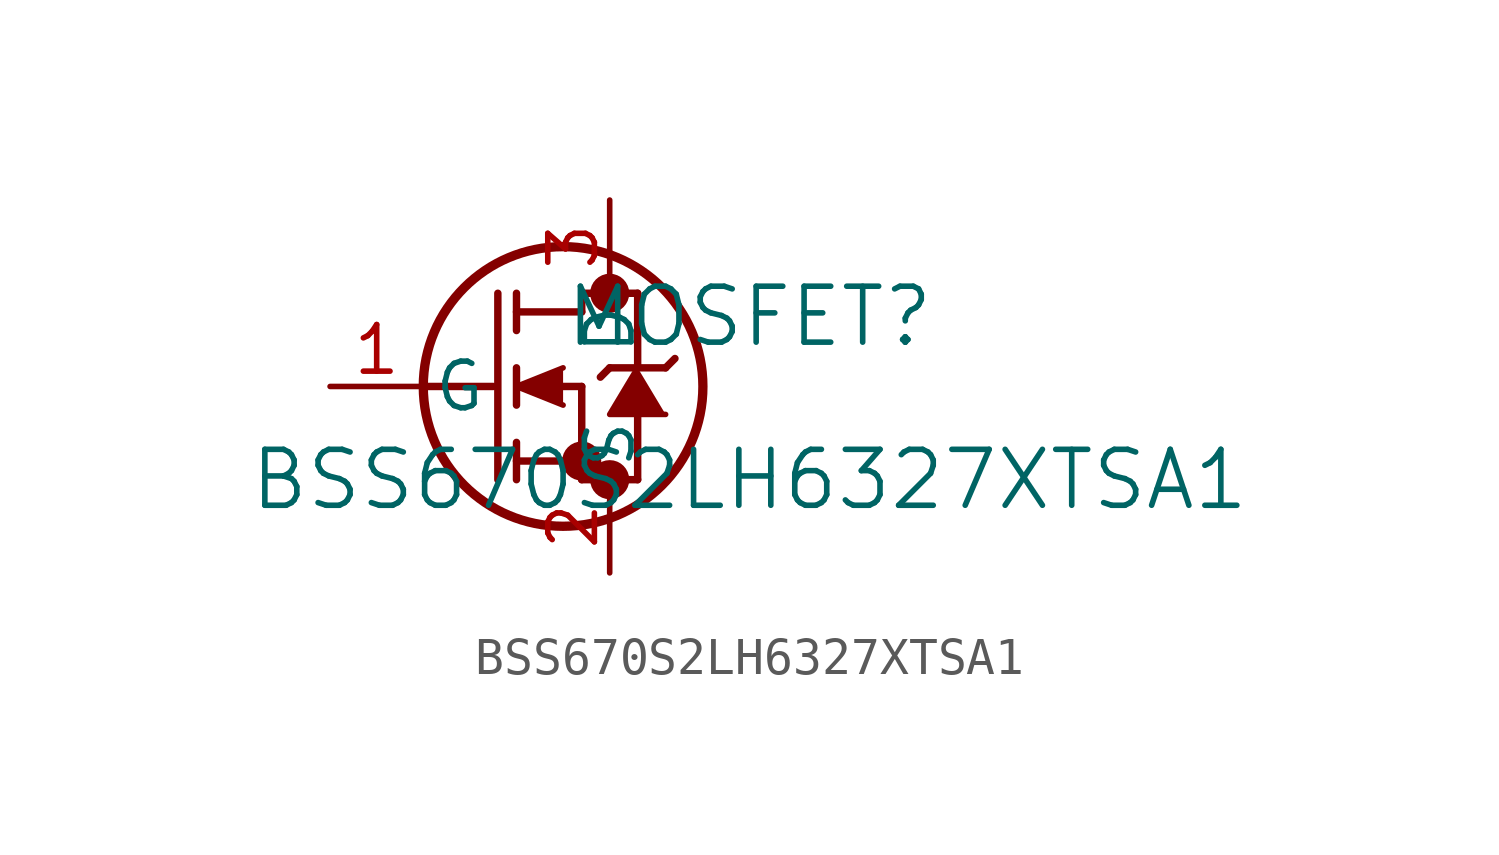
<source format=kicad_sym>
(kicad_symbol_lib
  (version 20211014)
  (generator kicad_symbol_editor)
  (symbol "BSS670S2LH6327XTSA1"
    (pin_names
      (offset 0.254))
    (property "Reference" "MOSFET"
      (at 11.43 1.905 0)
      (effects (font (size 1.524 1.524))))
    (property "Value" "BSS670S2LH6327XTSA1"
      (at 11.43 -2.54 0)
      (effects (font (size 1.524 1.524))))
    (symbol "BSS670S2LH6327XTSA1_0_1"
      (circle (center 7.62 2.54) (radius 0.025) (stroke (width 0.508) (type default) (color 0 0 0 0)) (fill (type none)))
      (circle (center 7.62 -2.54) (radius 0.025) (stroke (width 0.508) (type default) (color 0 0 0 0)) (fill (type none)))
      (circle (center 6.858 -2.032) (radius 0.025) (stroke (width 0.508) (type default) (color 0 0 0 0)) (fill (type none)))
      (circle (center 6.35 0) (radius 3.81) (stroke (width 0.254) (type default) (color 0 0 0 0)) (fill (type none)))
      (polyline (pts (xy 2.54 0) (xy 4.445 0)) (stroke (width 0.203) (type default) (color 0 0 0 0)) (fill (type none)))
      (polyline (pts (xy 4.572 -2.54) (xy 4.572 2.54)) (stroke (width 0.203) (type default) (color 0 0 0 0)) (fill (type none)))
      (polyline (pts (xy 5.08 -0.508) (xy 5.08 0.508)) (stroke (width 0.203) (type default) (color 0 0 0 0)) (fill (type none)))
      (polyline (pts (xy 5.08 -2.54) (xy 5.08 -1.524)) (stroke (width 0.203) (type default) (color 0 0 0 0)) (fill (type none)))
      (polyline (pts (xy 5.08 1.524) (xy 5.08 2.54)) (stroke (width 0.203) (type default) (color 0 0 0 0)) (fill (type none)))
      (polyline (pts (xy 6.35 0) (xy 6.858 0)) (stroke (width 0.203) (type default) (color 0 0 0 0)) (fill (type none)))
      (polyline (pts (xy 5.08 -2.032) (xy 6.858 -2.032)) (stroke (width 0.203) (type default) (color 0 0 0 0)) (fill (type none)))
      (polyline (pts (xy 6.858 -2.54) (xy 6.858 0)) (stroke (width 0.203) (type default) (color 0 0 0 0)) (fill (type none)))
      (polyline (pts (xy 6.858 -2.54) (xy 8.382 -2.54)) (stroke (width 0.203) (type default) (color 0 0 0 0)) (fill (type none)))
      (polyline (pts (xy 5.08 2.032) (xy 6.858 2.032)) (stroke (width 0.203) (type default) (color 0 0 0 0)) (fill (type none)))
      (polyline (pts (xy 8.382 0.508) (xy 8.382 2.54)) (stroke (width 0.203) (type default) (color 0 0 0 0)) (fill (type none)))
      (polyline (pts (xy 6.35 0.508) (xy 5.08 0) (xy 6.35 -0.508)) (stroke (width 0) (type default) (color 0 0 0 0)) (fill (type outline)))
      (polyline (pts (xy 9.144 -0.762) (xy 7.62 -0.762) (xy 8.382 0.508)) (stroke (width 0) (type default) (color 0 0 0 0)) (fill (type outline)))
      (polyline (pts (xy 8.382 -2.54) (xy 8.382 -0.762)) (stroke (width 0.203) (type default) (color 0 0 0 0)) (fill (type none)))
      (polyline (pts (xy 7.366 0.254) (xy 7.62 0.508)) (stroke (width 0.203) (type default) (color 0 0 0 0)) (fill (type none)))
      (polyline (pts (xy 6.858 2.54) (xy 8.382 2.54)) (stroke (width 0.203) (type default) (color 0 0 0 0)) (fill (type none)))
      (polyline (pts (xy 6.858 2.032) (xy 6.858 2.54)) (stroke (width 0.203) (type default) (color 0 0 0 0)) (fill (type none)))
      (polyline (pts (xy 9.144 0.508) (xy 7.62 0.508)) (stroke (width 0.203) (type default) (color 0 0 0 0)) (fill (type none)))
      (polyline (pts (xy 9.398 0.762) (xy 9.144 0.508)) (stroke (width 0.203) (type default) (color 0 0 0 0)) (fill (type none)))
      (pin unspecified line (at 0 0 0) (length 2.54) (name "G" (effects (font (size 1.27 1.27)))) (number "1" (effects (font (size 1.27 1.27)))))
      (pin unspecified line (at 7.62 -5.08 90) (length 2.54) (name "S" (effects (font (size 1.27 1.27)))) (number "2" (effects (font (size 1.27 1.27)))))
      (pin unspecified line (at 7.62 5.08 270) (length 2.54) (name "D" (effects (font (size 1.27 1.27)))) (number "3" (effects (font (size 1.27 1.27))))))))
</source>
